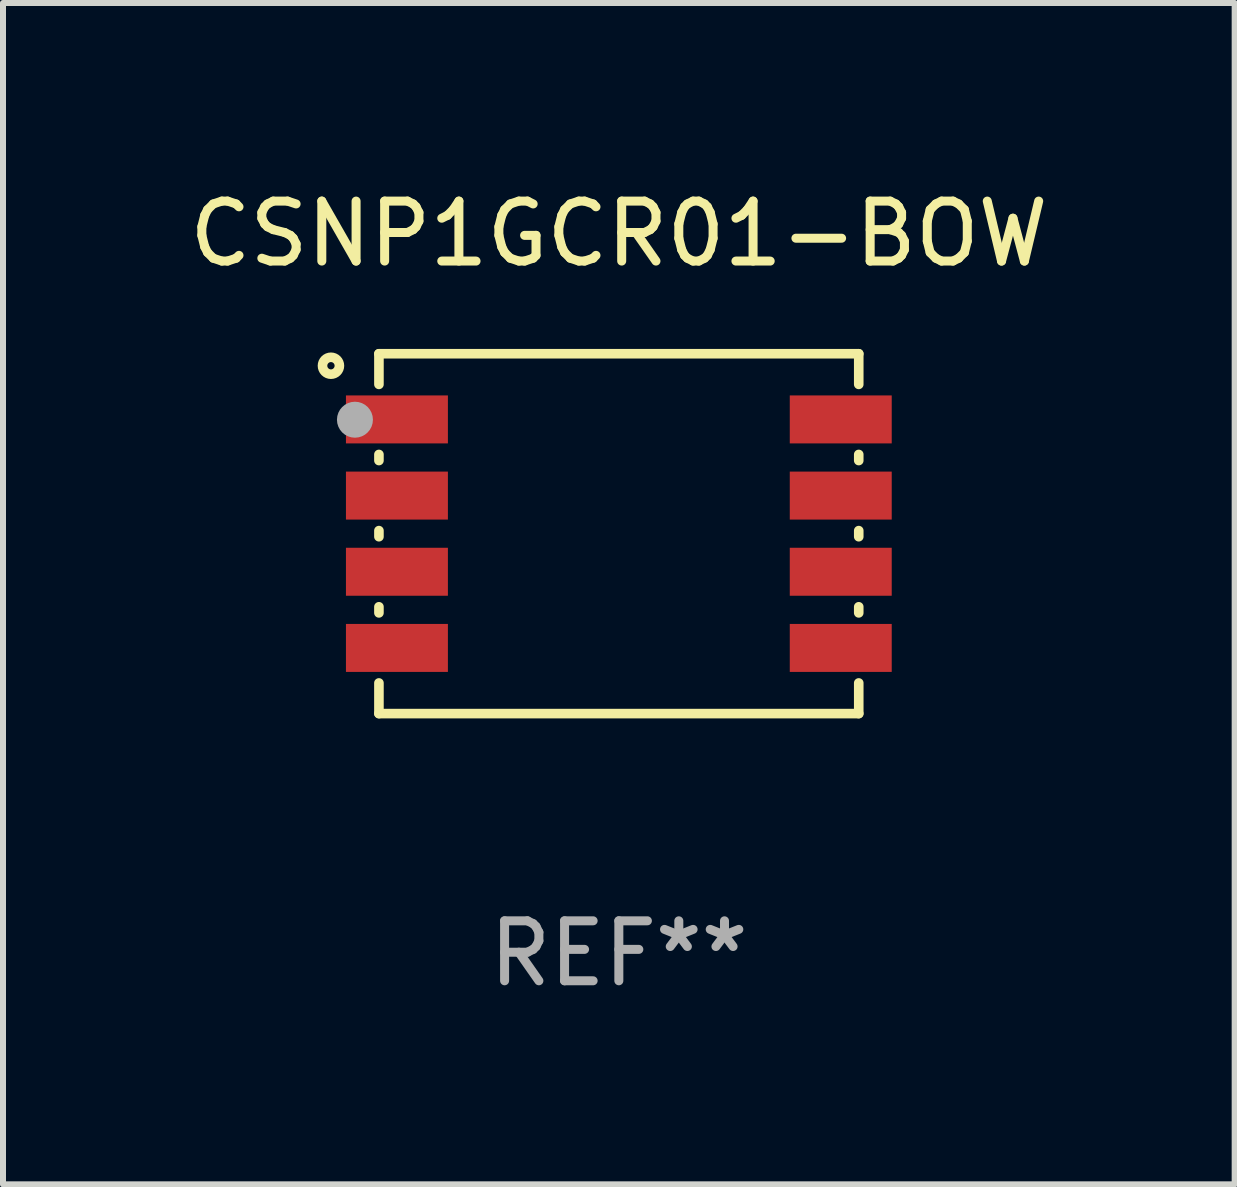
<source format=kicad_pcb>
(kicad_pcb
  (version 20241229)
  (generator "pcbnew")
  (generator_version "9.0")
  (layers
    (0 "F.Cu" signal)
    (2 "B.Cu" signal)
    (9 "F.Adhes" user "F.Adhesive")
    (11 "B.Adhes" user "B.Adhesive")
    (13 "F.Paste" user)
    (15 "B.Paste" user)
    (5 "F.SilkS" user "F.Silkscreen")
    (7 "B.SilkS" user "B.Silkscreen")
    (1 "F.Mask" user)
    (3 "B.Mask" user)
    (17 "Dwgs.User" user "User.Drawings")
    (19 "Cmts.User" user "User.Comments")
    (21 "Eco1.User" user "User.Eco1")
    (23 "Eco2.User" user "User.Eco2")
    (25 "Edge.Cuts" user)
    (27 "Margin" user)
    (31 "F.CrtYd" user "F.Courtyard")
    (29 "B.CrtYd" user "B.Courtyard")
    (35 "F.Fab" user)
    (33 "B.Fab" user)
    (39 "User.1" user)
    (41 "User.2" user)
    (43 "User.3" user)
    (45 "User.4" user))
  (footprint "CSNP1GCR01-BOW"
    (layer "F.Cu")
    (at 7.268 5.848)
    (property "Reference" "CSNP1GCR01-BOW" (at 0 -5 0) (layer "F.SilkS") (effects (font (size 1 1) (thickness 0.15))))
    (attr through_hole)
    (fp_line (start -4 -3) (end -4 -2.489) (stroke (width 0.16) (type solid)) (layer "F.SilkS"))
    (fp_line (start -4 -3) (end 4 -3) (stroke (width 0.16) (type solid)) (layer "F.SilkS"))
    (fp_line (start -4 -1.321) (end -4 -1.219) (stroke (width 0.16) (type solid)) (layer "F.SilkS"))
    (fp_line (start -4 -0.051) (end -4 0.051) (stroke (width 0.16) (type solid)) (layer "F.SilkS"))
    (fp_line (start -4 1.219) (end -4 1.321) (stroke (width 0.16) (type solid)) (layer "F.SilkS"))
    (fp_line (start -4 2.489) (end -4 3) (stroke (width 0.16) (type solid)) (layer "F.SilkS"))
    (fp_line (start -4 3) (end 4 3) (stroke (width 0.16) (type solid)) (layer "F.SilkS"))
    (fp_line (start 4 -3) (end 4 -2.489) (stroke (width 0.16) (type solid)) (layer "F.SilkS"))
    (fp_line (start 4 -1.321) (end 4 -1.219) (stroke (width 0.16) (type solid)) (layer "F.SilkS"))
    (fp_line (start 4 -0.051) (end 4 0.051) (stroke (width 0.16) (type solid)) (layer "F.SilkS"))
    (fp_line (start 4 1.219) (end 4 1.321) (stroke (width 0.16) (type solid)) (layer "F.SilkS"))
    (fp_line (start 4 2.489) (end 4 3) (stroke (width 0.16) (type solid)) (layer "F.SilkS"))
    (fp_circle (center -4.8 -2.8) (end -4.659 -2.8) (stroke (width 0.16) (type solid)) (fill no) (layer "F.SilkS"))
    (fp_circle (center -4 -3) (end -3.97 -3) (stroke (width 0.06) (type solid)) (fill no) (layer "F.SilkS"))
    (fp_circle (center -4.4 -1.9) (end -4.25 -1.9) (stroke (width 0.3) (type solid)) (fill no) (layer "F.Fab"))
    (fp_text user "REF**" (at 0 7 0) (layer "F.Fab") (effects (font (size 1 1) (thickness 0.15))))
    (pad "1" smd rect (at -3.7 -1.905) (size 1.7 0.8) (layers "F.Cu" "F.Mask" "F.Paste"))
    (pad "2" smd rect (at -3.7 -0.635) (size 1.7 0.8) (layers "F.Cu" "F.Mask" "F.Paste"))
    (pad "3" smd rect (at -3.7 0.635) (size 1.7 0.8) (layers "F.Cu" "F.Mask" "F.Paste"))
    (pad "4" smd rect (at -3.7 1.905) (size 1.7 0.8) (layers "F.Cu" "F.Mask" "F.Paste"))
    (pad "5" smd rect (at 3.7 1.905) (size 1.7 0.8) (layers "F.Cu" "F.Mask" "F.Paste"))
    (pad "6" smd rect (at 3.7 0.635) (size 1.7 0.8) (layers "F.Cu" "F.Mask" "F.Paste"))
    (pad "7" smd rect (at 3.7 -0.635) (size 1.7 0.8) (layers "F.Cu" "F.Mask" "F.Paste"))
    (pad "8" smd rect (at 3.7 -1.905) (size 1.7 0.8) (layers "F.Cu" "F.Mask" "F.Paste")))
  (gr_rect
    (start -3 -3)
    (end 17.536 16.697)
    (stroke (width 0.1) (type default))
    (fill no)
    (layer "Edge.Cuts")))
</source>
